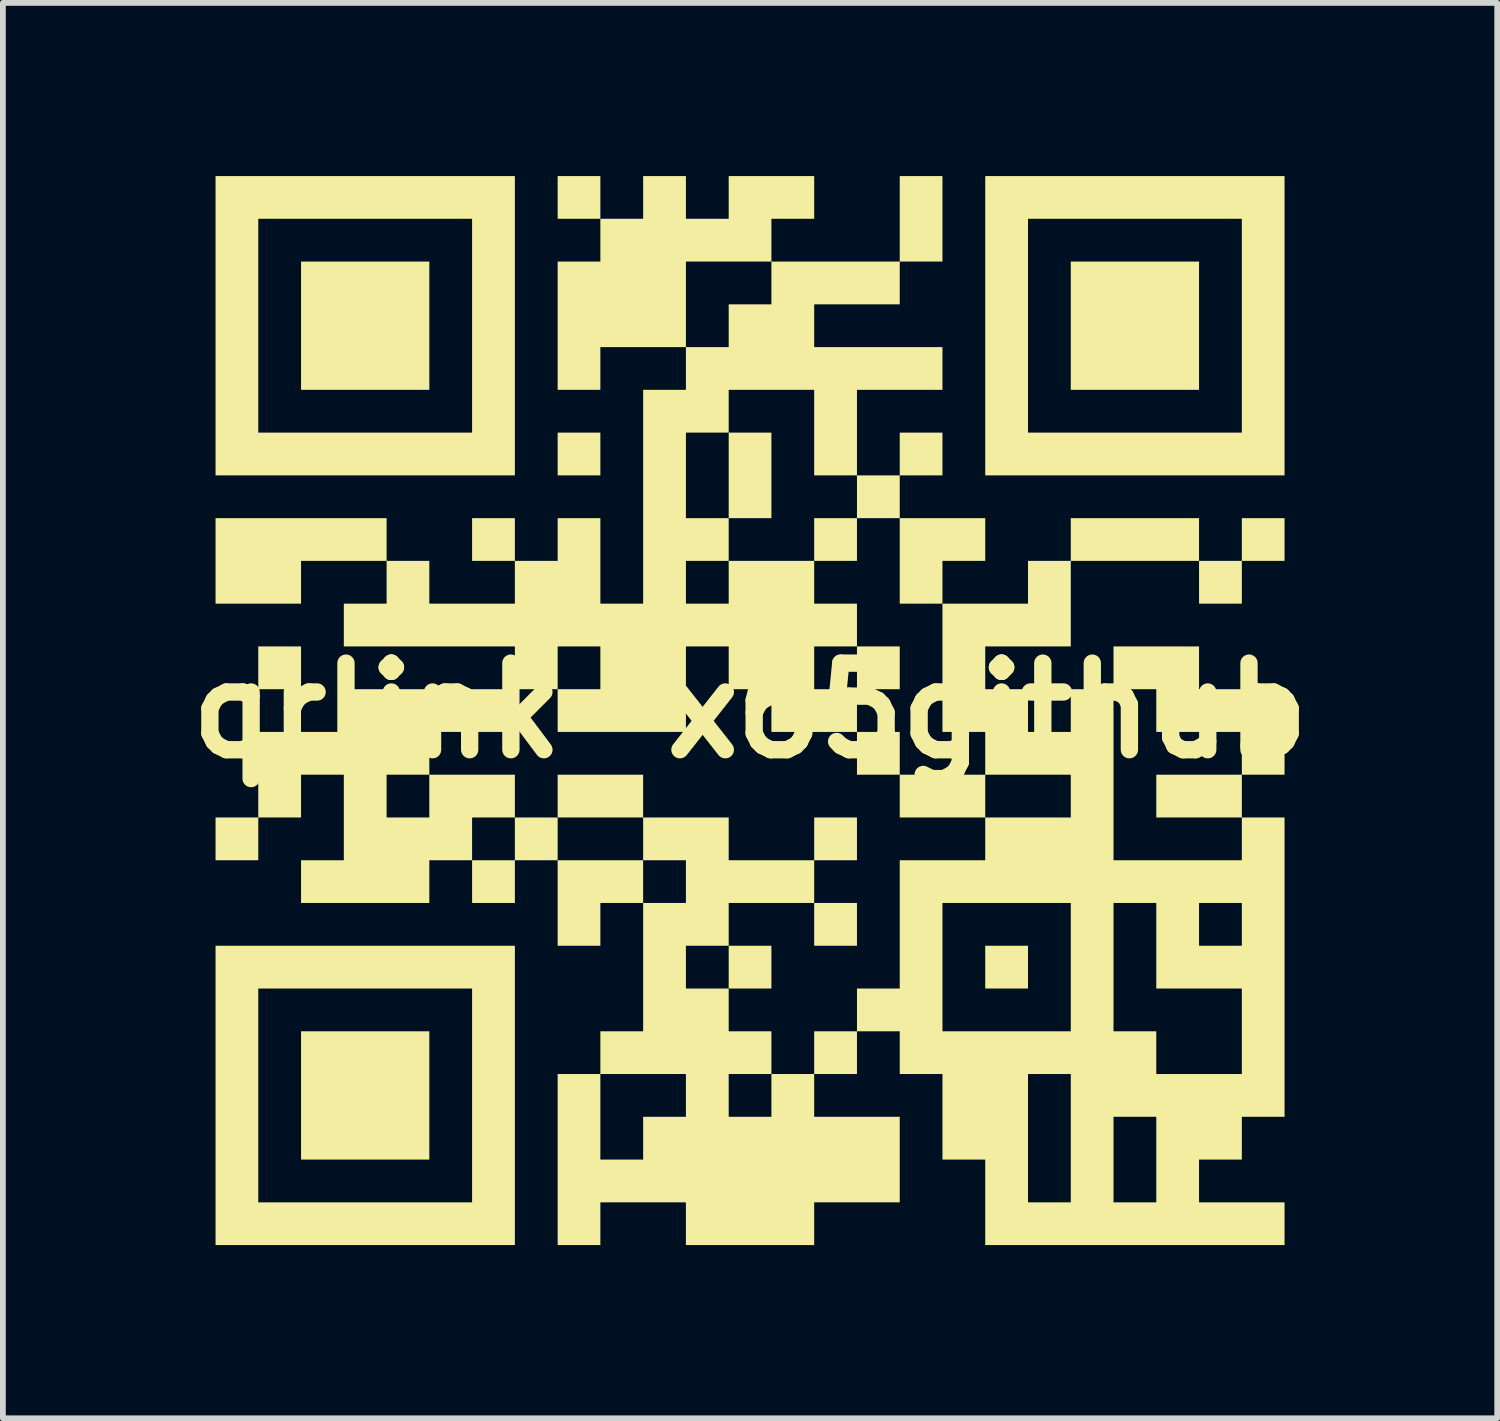
<source format=kicad_pcb>
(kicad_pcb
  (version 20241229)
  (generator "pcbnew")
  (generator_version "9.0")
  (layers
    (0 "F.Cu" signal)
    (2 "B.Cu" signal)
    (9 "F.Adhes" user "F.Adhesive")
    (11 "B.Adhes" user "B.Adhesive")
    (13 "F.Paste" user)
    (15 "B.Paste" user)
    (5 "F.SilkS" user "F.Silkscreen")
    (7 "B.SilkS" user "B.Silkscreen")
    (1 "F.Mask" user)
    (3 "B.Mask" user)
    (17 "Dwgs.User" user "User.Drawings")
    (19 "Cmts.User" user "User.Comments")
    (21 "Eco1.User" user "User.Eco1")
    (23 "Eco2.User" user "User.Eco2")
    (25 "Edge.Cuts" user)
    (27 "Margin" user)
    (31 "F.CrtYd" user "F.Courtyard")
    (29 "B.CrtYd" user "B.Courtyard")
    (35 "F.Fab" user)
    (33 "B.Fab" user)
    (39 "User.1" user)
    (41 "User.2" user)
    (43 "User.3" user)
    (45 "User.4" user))
  (footprint "qrlink-x65github"
    (layer "F.Cu")
    (at 9.943 9.259)
    (property "Reference" "qrlink-x65github" (at 0 0 0) (layer "F.SilkS") (effects (font (size 1.5 1.5) (thickness 0.3))))
    (attr board_only exclude_from_pos_files exclude_from_bom)
    (fp_poly (pts (xy -7.778 -0.741) (xy -7.778 -0.37) (xy -8.148 -0.37) (xy -8.519 -0.37) (xy -8.519 -0.741) (xy -8.519 -1.111) (xy -8.148 -1.111) (xy -7.778 -1.111)) (stroke (width 0) (type solid)) (fill yes) (layer "F.SilkS"))
    (fp_poly (pts (xy -5.556 -6.667) (xy -5.556 -5.556) (xy -6.667 -5.556) (xy -7.778 -5.556) (xy -7.778 -6.667) (xy -7.778 -7.778) (xy -6.667 -7.778) (xy -5.556 -7.778)) (stroke (width 0) (type solid)) (fill yes) (layer "F.SilkS"))
    (fp_poly (pts (xy -5.556 6.667) (xy -5.556 7.778) (xy -6.667 7.778) (xy -7.778 7.778) (xy -7.778 6.667) (xy -7.778 5.556) (xy -6.667 5.556) (xy -5.556 5.556)) (stroke (width 0) (type solid)) (fill yes) (layer "F.SilkS"))
    (fp_poly (pts (xy -2.593 -4.445) (xy -2.593 -4.074) (xy -2.963 -4.074) (xy -3.333 -4.074) (xy -3.333 -4.445) (xy -3.333 -4.815) (xy -2.963 -4.815) (xy -2.593 -4.815)) (stroke (width 0) (type solid)) (fill yes) (layer "F.SilkS"))
    (fp_poly (pts (xy -1.852 1.482) (xy -1.852 1.852) (xy -2.593 1.852) (xy -3.333 1.852) (xy -3.333 1.482) (xy -3.333 1.111) (xy -2.593 1.111) (xy -1.852 1.111)) (stroke (width 0) (type solid)) (fill yes) (layer "F.SilkS"))
    (fp_poly (pts (xy 0.37 -4.074) (xy 0.37 -3.333) (xy 0 -3.333) (xy -0.37 -3.333) (xy -0.37 -4.074) (xy -0.37 -4.815) (xy 0 -4.815) (xy 0.37 -4.815)) (stroke (width 0) (type solid)) (fill yes) (layer "F.SilkS"))
    (fp_poly (pts (xy 0.37 4.445) (xy 0.37 4.815) (xy 0 4.815) (xy -0.37 4.815) (xy -0.37 4.445) (xy -0.37 4.074) (xy 0 4.074) (xy 0.37 4.074)) (stroke (width 0) (type solid)) (fill yes) (layer "F.SilkS"))
    (fp_poly (pts (xy 1.852 -2.963) (xy 1.852 -2.593) (xy 1.482 -2.593) (xy 1.111 -2.593) (xy 1.111 -2.963) (xy 1.111 -3.333) (xy 1.482 -3.333) (xy 1.852 -3.333)) (stroke (width 0) (type solid)) (fill yes) (layer "F.SilkS"))
    (fp_poly (pts (xy 1.852 2.222) (xy 1.852 2.593) (xy 1.482 2.593) (xy 1.111 2.593) (xy 1.111 2.222) (xy 1.111 1.852) (xy 1.482 1.852) (xy 1.852 1.852)) (stroke (width 0) (type solid)) (fill yes) (layer "F.SilkS"))
    (fp_poly (pts (xy 1.852 3.704) (xy 1.852 4.074) (xy 1.482 4.074) (xy 1.111 4.074) (xy 1.111 3.704) (xy 1.111 3.333) (xy 1.482 3.333) (xy 1.852 3.333)) (stroke (width 0) (type solid)) (fill yes) (layer "F.SilkS"))
    (fp_poly (pts (xy 2.593 -0.741) (xy 2.593 -0.37) (xy 2.222 -0.37) (xy 1.852 -0.37) (xy 1.852 -0.741) (xy 1.852 -1.111) (xy 2.222 -1.111) (xy 2.593 -1.111)) (stroke (width 0) (type solid)) (fill yes) (layer "F.SilkS"))
    (fp_poly (pts (xy 2.593 0.741) (xy 2.593 1.111) (xy 2.222 1.111) (xy 1.852 1.111) (xy 1.852 0.741) (xy 1.852 0.37) (xy 2.222 0.37) (xy 2.593 0.37)) (stroke (width 0) (type solid)) (fill yes) (layer "F.SilkS"))
    (fp_poly (pts (xy 4.074 1.482) (xy 4.074 1.852) (xy 3.333 1.852) (xy 2.593 1.852) (xy 2.593 1.482) (xy 2.593 1.111) (xy 3.333 1.111) (xy 4.074 1.111)) (stroke (width 0) (type solid)) (fill yes) (layer "F.SilkS"))
    (fp_poly (pts (xy 4.815 4.445) (xy 4.815 4.815) (xy 4.445 4.815) (xy 4.074 4.815) (xy 4.074 4.445) (xy 4.074 4.074) (xy 4.445 4.074) (xy 4.815 4.074)) (stroke (width 0) (type solid)) (fill yes) (layer "F.SilkS"))
    (fp_poly (pts (xy 7.778 -6.667) (xy 7.778 -5.556) (xy 6.667 -5.556) (xy 5.556 -5.556) (xy 5.556 -6.667) (xy 5.556 -7.778) (xy 6.667 -7.778) (xy 7.778 -7.778)) (stroke (width 0) (type solid)) (fill yes) (layer "F.SilkS"))
    (fp_poly (pts (xy -6.296 -2.963) (xy -6.296 -2.593) (xy -7.037 -2.593) (xy -7.778 -2.593) (xy -7.778 -2.222) (xy -7.778 -1.852) (xy -8.519 -1.852) (xy -9.259 -1.852) (xy -9.259 -2.593) (xy -9.259 -3.333) (xy -7.778 -3.333) (xy -6.296 -3.333)) (stroke (width 0) (type solid)) (fill yes) (layer "F.SilkS"))
    (fp_poly (pts (xy -4.074 -6.667) (xy -4.074 -4.074) (xy -6.667 -4.074) (xy -9.259 -4.074) (xy -9.259 -6.667) (xy -9.259 -8.519) (xy -8.519 -8.519) (xy -8.519 -6.667) (xy -8.519 -4.815) (xy -6.667 -4.815) (xy -4.815 -4.815) (xy -4.815 -6.667) (xy -4.815 -8.519) (xy -6.667 -8.519) (xy -8.519 -8.519) (xy -9.259 -8.519) (xy -9.259 -9.259) (xy -6.667 -9.259) (xy -4.074 -9.259)) (stroke (width 0) (type solid)) (fill yes) (layer "F.SilkS"))
    (fp_poly (pts (xy -4.074 6.667) (xy -4.074 9.259) (xy -6.667 9.259) (xy -9.259 9.259) (xy -9.259 6.667) (xy -9.259 4.815) (xy -8.519 4.815) (xy -8.519 6.667) (xy -8.519 8.519) (xy -6.667 8.519) (xy -4.815 8.519) (xy -4.815 6.667) (xy -4.815 4.815) (xy -6.667 4.815) (xy -8.519 4.815) (xy -9.259 4.815) (xy -9.259 4.074) (xy -6.667 4.074) (xy -4.074 4.074)) (stroke (width 0) (type solid)) (fill yes) (layer "F.SilkS"))
    (fp_poly (pts (xy 9.259 -6.667) (xy 9.259 -4.074) (xy 6.667 -4.074) (xy 4.074 -4.074) (xy 4.074 -6.667) (xy 4.074 -8.519) (xy 4.815 -8.519) (xy 4.815 -6.667) (xy 4.815 -4.815) (xy 6.667 -4.815) (xy 8.519 -4.815) (xy 8.519 -6.667) (xy 8.519 -8.519) (xy 6.667 -8.519) (xy 4.815 -8.519) (xy 4.074 -8.519) (xy 4.074 -9.259) (xy 6.667 -9.259) (xy 9.259 -9.259)) (stroke (width 0) (type solid)) (fill yes) (layer "F.SilkS"))
    (fp_poly (pts (xy -2.593 -8.889) (xy -2.593 -8.519) (xy -2.222 -8.519) (xy -1.852 -8.519) (xy -1.852 -8.889) (xy -1.852 -9.259) (xy -1.482 -9.259) (xy -1.111 -9.259) (xy -1.111 -8.889) (xy -1.111 -8.519) (xy -0.741 -8.519) (xy -0.37 -8.519) (xy -0.37 -8.889) (xy -0.37 -9.259) (xy 0.37 -9.259) (xy 1.111 -9.259) (xy 1.111 -8.889) (xy 1.111 -8.519) (xy 0.741 -8.519) (xy 0.37 -8.519) (xy 0.37 -8.148) (xy 0.37 -7.778) (xy 1.482 -7.778) (xy 2.593 -7.778) (xy 2.593 -8.519) (xy 2.593 -9.259) (xy 2.963 -9.259) (xy 3.333 -9.259) (xy 3.333 -8.519) (xy 3.333 -7.778) (xy 2.963 -7.778) (xy 2.593 -7.778) (xy 2.593 -7.408) (xy 2.593 -7.037) (xy 1.852 -7.037) (xy 1.111 -7.037) (xy 1.111 -6.667) (xy 1.111 -6.296) (xy 2.222 -6.296) (xy 3.333 -6.296) (xy 3.333 -5.926) (xy 3.333 -5.556) (xy 2.593 -5.556) (xy 1.852 -5.556) (xy 1.852 -4.815) (xy 1.852 -4.074) (xy 2.222 -4.074) (xy 2.593 -4.074) (xy 2.593 -4.445) (xy 2.593 -4.815) (xy 2.963 -4.815) (xy 3.333 -4.815) (xy 3.333 -4.445) (xy 3.333 -4.074) (xy 2.963 -4.074) (xy 2.593 -4.074) (xy 2.593 -3.704) (xy 2.593 -3.333) (xy 2.222 -3.333) (xy 1.852 -3.333) (xy 1.852 -3.704) (xy 1.852 -4.074) (xy 1.482 -4.074) (xy 1.111 -4.074) (xy 1.111 -4.815) (xy 1.111 -5.556) (xy 0.37 -5.556) (xy -0.37 -5.556) (xy -0.37 -5.185) (xy -0.37 -4.815) (xy -0.741 -4.815) (xy -1.111 -4.815) (xy -1.111 -4.074) (xy -1.111 -3.333) (xy -0.741 -3.333) (xy -0.37 -3.333) (xy -0.37 -2.963) (xy -0.37 -2.593) (xy -0.741 -2.593) (xy -1.111 -2.593) (xy -1.111 -2.222) (xy -1.111 -1.852) (xy -0.741 -1.852) (xy -0.37 -1.852) (xy -0.37 -2.222) (xy -0.37 -2.593) (xy 0.37 -2.593) (xy 1.111 -2.593) (xy 1.111 -2.222) (xy 1.111 -1.852) (xy 1.482 -1.852) (xy 1.852 -1.852) (xy 1.852 -1.482) (xy 1.852 -1.111) (xy 1.482 -1.111) (xy 1.111 -1.111) (xy 1.111 -0.741) (xy 1.111 -0.37) (xy 1.482 -0.37) (xy 1.852 -0.37) (xy 1.852 0) (xy 1.852 0.37) (xy 1.111 0.37) (xy 0.37 0.37) (xy 0.37 0) (xy 0.37 -0.37) (xy 0 -0.37) (xy -0.37 -0.37) (xy -0.37 -0.741) (xy -0.37 -1.111) (xy -0.741 -1.111) (xy -1.111 -1.111) (xy -1.111 -0.37) (xy -1.111 0.37) (xy -2.222 0.37) (xy -3.333 0.37) (xy -3.333 0) (xy -3.333 -0.37) (xy -2.963 -0.37) (xy -2.593 -0.37) (xy -2.593 -0.741) (xy -2.593 -1.111) (xy -2.963 -1.111) (xy -3.333 -1.111) (xy -3.333 -0.741) (xy -3.333 -0.37) (xy -3.704 -0.37) (xy -4.074 -0.37) (xy -4.074 0) (xy -4.074 0.37) (xy -4.815 0.37) (xy -5.556 0.37) (xy -5.556 0.741) (xy -5.556 1.111) (xy -5.926 1.111) (xy -6.296 1.111) (xy -6.296 1.482) (xy -6.296 1.852) (xy -5.926 1.852) (xy -5.556 1.852) (xy -5.556 1.482) (xy -5.556 1.111) (xy -4.815 1.111) (xy -4.074 1.111) (xy -4.074 1.482) (xy -4.074 1.852) (xy -4.445 1.852) (xy -4.815 1.852) (xy -4.815 2.222) (xy -4.815 2.593) (xy -4.445 2.593) (xy -4.074 2.593) (xy -4.074 2.222) (xy -4.074 1.852) (xy -3.704 1.852) (xy -3.333 1.852) (xy -3.333 2.222) (xy -3.333 2.593) (xy -2.593 2.593) (xy -1.852 2.593) (xy -1.852 2.963) (xy -1.852 3.333) (xy -1.482 3.333) (xy -1.111 3.333) (xy -1.111 2.963) (xy -1.111 2.593) (xy -1.482 2.593) (xy -1.852 2.593) (xy -1.852 2.222) (xy -1.852 1.852) (xy -1.111 1.852) (xy -0.37 1.852) (xy -0.37 2.222) (xy -0.37 2.593) (xy 0.37 2.593) (xy 1.111 2.593) (xy 1.111 2.963) (xy 1.111 3.333) (xy 0.37 3.333) (xy -0.37 3.333) (xy -0.37 3.704) (xy -0.37 4.074) (xy -0.741 4.074) (xy -1.111 4.074) (xy -1.111 4.445) (xy -1.111 4.815) (xy -0.741 4.815) (xy -0.37 4.815) (xy -0.37 5.185) (xy -0.37 5.556) (xy 0 5.556) (xy 0.37 5.556) (xy 0.37 5.926) (xy 0.37 6.296) (xy 0 6.296) (xy -0.37 6.296) (xy -0.37 6.667) (xy -0.37 7.037) (xy 0 7.037) (xy 0.37 7.037) (xy 0.37 6.667) (xy 0.37 6.296) (xy 0.741 6.296) (xy 1.111 6.296) (xy 1.111 5.926) (xy 1.111 5.556) (xy 1.482 5.556) (xy 1.852 5.556) (xy 1.852 5.185) (xy 1.852 4.815) (xy 2.222 4.815) (xy 2.593 4.815) (xy 2.593 3.704) (xy 2.593 3.333) (xy 3.333 3.333) (xy 3.333 4.445) (xy 3.333 5.556) (xy 4.445 5.556) (xy 5.556 5.556) (xy 5.556 4.445) (xy 5.556 3.333) (xy 6.296 3.333) (xy 6.296 4.445) (xy 6.296 5.556) (xy 6.667 5.556) (xy 7.037 5.556) (xy 7.037 5.926) (xy 7.037 6.296) (xy 7.778 6.296) (xy 8.519 6.296) (xy 8.519 5.556) (xy 8.519 4.815) (xy 7.778 4.815) (xy 7.037 4.815) (xy 7.037 4.074) (xy 7.037 3.333) (xy 7.778 3.333) (xy 7.778 3.704) (xy 7.778 4.074) (xy 8.148 4.074) (xy 8.519 4.074) (xy 8.519 3.704) (xy 8.519 3.333) (xy 8.148 3.333) (xy 7.778 3.333) (xy 7.037 3.333) (xy 6.667 3.333) (xy 6.296 3.333) (xy 5.556 3.333) (xy 4.445 3.333) (xy 3.333 3.333) (xy 2.593 3.333) (xy 2.593 2.593) (xy 3.333 2.593) (xy 4.074 2.593) (xy 4.074 2.222) (xy 4.074 1.852) (xy 4.815 1.852) (xy 5.556 1.852) (xy 5.556 1.482) (xy 5.556 1.111) (xy 4.815 1.111) (xy 4.074 1.111) (xy 4.074 0.741) (xy 4.074 0.37) (xy 3.704 0.37) (xy 3.333 0.37) (xy 3.333 -0.741) (xy 3.333 -1.852) (xy 2.963 -1.852) (xy 2.593 -1.852) (xy 2.593 -2.593) (xy 2.593 -3.333) (xy 3.333 -3.333) (xy 4.074 -3.333) (xy 4.074 -2.963) (xy 4.074 -2.593) (xy 3.704 -2.593) (xy 3.333 -2.593) (xy 3.333 -2.222) (xy 3.333 -1.852) (xy 4.074 -1.852) (xy 4.815 -1.852) (xy 4.815 -2.222) (xy 4.815 -2.593) (xy 5.185 -2.593) (xy 5.556 -2.593) (xy 5.556 -2.963) (xy 5.556 -3.333) (xy 6.667 -3.333) (xy 7.778 -3.333) (xy 7.778 -2.963) (xy 7.778 -2.593) (xy 8.148 -2.593) (xy 8.519 -2.593) (xy 8.519 -2.963) (xy 8.519 -3.333) (xy 8.889 -3.333) (xy 9.259 -3.333) (xy 9.259 -2.963) (xy 9.259 -2.593) (xy 8.889 -2.593) (xy 8.519 -2.593) (xy 8.519 -2.222) (xy 8.519 -1.852) (xy 8.148 -1.852) (xy 7.778 -1.852) (xy 7.778 -2.222) (xy 7.778 -2.593) (xy 6.667 -2.593) (xy 5.556 -2.593) (xy 5.556 -1.852) (xy 5.556 -1.111) (xy 4.815 -1.111) (xy 4.074 -1.111) (xy 4.074 -0.741) (xy 4.074 -0.37) (xy 4.445 -0.37) (xy 4.815 -0.37) (xy 4.815 0) (xy 4.815 0.37) (xy 5.185 0.37) (xy 5.556 0.37) (xy 5.556 0) (xy 5.556 -0.37) (xy 5.926 -0.37) (xy 6.296 -0.37) (xy 6.296 -0.741) (xy 6.296 -1.111) (xy 7.037 -1.111) (xy 7.778 -1.111) (xy 7.778 -0.741) (xy 7.778 -0.37) (xy 8.519 -0.37) (xy 9.259 -0.37) (xy 9.259 0.37) (xy 9.259 1.111) (xy 8.889 1.111) (xy 8.519 1.111) (xy 8.519 1.482) (xy 8.519 1.852) (xy 7.778 1.852) (xy 7.037 1.852) (xy 7.037 1.482) (xy 7.037 1.111) (xy 7.778 1.111) (xy 8.519 1.111) (xy 8.519 0.741) (xy 8.519 0.37) (xy 7.778 0.37) (xy 7.037 0.37) (xy 7.037 0) (xy 7.037 -0.37) (xy 6.667 -0.37) (xy 6.296 -0.37) (xy 6.296 1.111) (xy 6.296 2.593) (xy 7.408 2.593) (xy 8.519 2.593) (xy 8.519 2.222) (xy 8.519 1.852) (xy 8.889 1.852) (xy 9.259 1.852) (xy 9.259 4.445) (xy 9.259 7.037) (xy 8.889 7.037) (xy 8.519 7.037) (xy 8.519 7.408) (xy 8.519 7.778) (xy 8.148 7.778) (xy 7.778 7.778) (xy 7.778 8.148) (xy 7.778 8.519) (xy 8.519 8.519) (xy 9.259 8.519) (xy 9.259 8.889) (xy 9.259 9.259) (xy 6.667 9.259) (xy 4.074 9.259) (xy 4.074 8.519) (xy 4.074 7.778) (xy 3.704 7.778) (xy 3.333 7.778) (xy 3.333 7.037) (xy 3.333 6.296) (xy 4.815 6.296) (xy 4.815 7.408) (xy 4.815 8.519) (xy 5.185 8.519) (xy 5.556 8.519) (xy 5.556 7.408) (xy 5.556 7.037) (xy 6.296 7.037) (xy 6.296 7.778) (xy 6.296 8.519) (xy 6.667 8.519) (xy 7.037 8.519) (xy 7.037 7.778) (xy 7.037 7.037) (xy 6.667 7.037) (xy 6.296 7.037) (xy 5.556 7.037) (xy 5.556 6.296) (xy 5.185 6.296) (xy 4.815 6.296) (xy 3.333 6.296) (xy 2.963 6.296) (xy 2.593 6.296) (xy 2.593 5.926) (xy 2.593 5.556) (xy 2.222 5.556) (xy 1.852 5.556) (xy 1.852 5.926) (xy 1.852 6.296) (xy 1.482 6.296) (xy 1.111 6.296) (xy 1.111 6.667) (xy 1.111 7.037) (xy 1.852 7.037) (xy 2.593 7.037) (xy 2.593 7.778) (xy 2.593 8.519) (xy 1.852 8.519) (xy 1.111 8.519) (xy 1.111 8.889) (xy 1.111 9.259) (xy 0 9.259) (xy -1.111 9.259) (xy -1.111 8.889) (xy -1.111 8.519) (xy -1.852 8.519) (xy -2.593 8.519) (xy -2.593 8.889) (xy -2.593 9.259) (xy -2.963 9.259) (xy -3.333 9.259) (xy -3.333 7.778) (xy -3.333 6.296) (xy -2.963 6.296) (xy -2.593 6.296) (xy -2.593 7.037) (xy -2.593 7.778) (xy -2.222 7.778) (xy -1.852 7.778) (xy -1.852 7.408) (xy -1.852 7.037) (xy -1.482 7.037) (xy -1.111 7.037) (xy -1.111 6.667) (xy -1.111 6.296) (xy -1.852 6.296) (xy -2.593 6.296) (xy -2.593 5.926) (xy -2.593 5.556) (xy -2.222 5.556) (xy -1.852 5.556) (xy -1.852 4.445) (xy -1.852 3.333) (xy -2.222 3.333) (xy -2.593 3.333) (xy -2.593 3.704) (xy -2.593 4.074) (xy -2.963 4.074) (xy -3.333 4.074) (xy -3.333 3.333) (xy -3.333 2.593) (xy -3.704 2.593) (xy -4.074 2.593) (xy -4.074 2.963) (xy -4.074 3.333) (xy -4.445 3.333) (xy -4.815 3.333) (xy -4.815 2.963) (xy -4.815 2.593) (xy -5.185 2.593) (xy -5.556 2.593) (xy -5.556 2.963) (xy -5.556 3.333) (xy -6.667 3.333) (xy -7.778 3.333) (xy -7.778 2.963) (xy -7.778 2.593) (xy -7.408 2.593) (xy -7.037 2.593) (xy -7.037 1.852) (xy -7.037 1.111) (xy -7.408 1.111) (xy -7.778 1.111) (xy -7.778 1.482) (xy -7.778 1.852) (xy -8.148 1.852) (xy -8.519 1.852) (xy -8.519 2.222) (xy -8.519 2.593) (xy -8.889 2.593) (xy -9.259 2.593) (xy -9.259 2.222) (xy -9.259 1.852) (xy -8.889 1.852) (xy -8.519 1.852) (xy -8.519 1.111) (xy -8.519 0.37) (xy -7.778 0.37) (xy -7.037 0.37) (xy -7.037 0) (xy -7.037 -0.37) (xy -5.556 -0.37) (xy -4.074 -0.37) (xy -4.074 -0.741) (xy -4.074 -1.111) (xy -5.556 -1.111) (xy -7.037 -1.111) (xy -7.037 -1.482) (xy -7.037 -1.852) (xy -6.667 -1.852) (xy -6.296 -1.852) (xy -6.296 -2.222) (xy -6.296 -2.593) (xy -5.926 -2.593) (xy -5.556 -2.593) (xy -5.556 -2.222) (xy -5.556 -1.852) (xy -4.815 -1.852) (xy -4.074 -1.852) (xy -4.074 -2.222) (xy -4.074 -2.593) (xy -4.445 -2.593) (xy -4.815 -2.593) (xy -4.815 -2.963) (xy -4.815 -3.333) (xy -4.445 -3.333) (xy -4.074 -3.333) (xy -4.074 -2.963) (xy -4.074 -2.593) (xy -3.704 -2.593) (xy -3.333 -2.593) (xy -3.333 -2.963) (xy -3.333 -3.333) (xy -2.963 -3.333) (xy -2.593 -3.333) (xy -2.593 -2.593) (xy -2.593 -1.852) (xy -2.222 -1.852) (xy -1.852 -1.852) (xy -1.852 -3.704) (xy -1.852 -5.556) (xy -1.482 -5.556) (xy -1.111 -5.556) (xy -1.111 -5.926) (xy -1.111 -6.296) (xy -1.852 -6.296) (xy -2.593 -6.296) (xy -2.593 -5.926) (xy -2.593 -5.556) (xy -2.963 -5.556) (xy -3.333 -5.556) (xy -3.333 -6.667) (xy -3.333 -7.778) (xy -2.963 -7.778) (xy -2.593 -7.778) (xy -1.111 -7.778) (xy -1.111 -7.037) (xy -1.111 -6.296) (xy -0.741 -6.296) (xy -0.37 -6.296) (xy -0.37 -6.667) (xy -0.37 -7.037) (xy 0 -7.037) (xy 0.37 -7.037) (xy 0.37 -7.408) (xy 0.37 -7.778) (xy -0.37 -7.778) (xy -1.111 -7.778) (xy -2.593 -7.778) (xy -2.593 -8.148) (xy -2.593 -8.519) (xy -2.963 -8.519) (xy -3.333 -8.519) (xy -3.333 -8.889) (xy -3.333 -9.259) (xy -2.963 -9.259) (xy -2.593 -9.259)) (stroke (width 0) (type solid)) (fill yes) (layer "F.SilkS")))
  (gr_rect
    (start -3 -3)
    (end 22.886 21.519)
    (stroke (width 0.1) (type default))
    (fill no)
    (layer "Edge.Cuts")))
</source>
